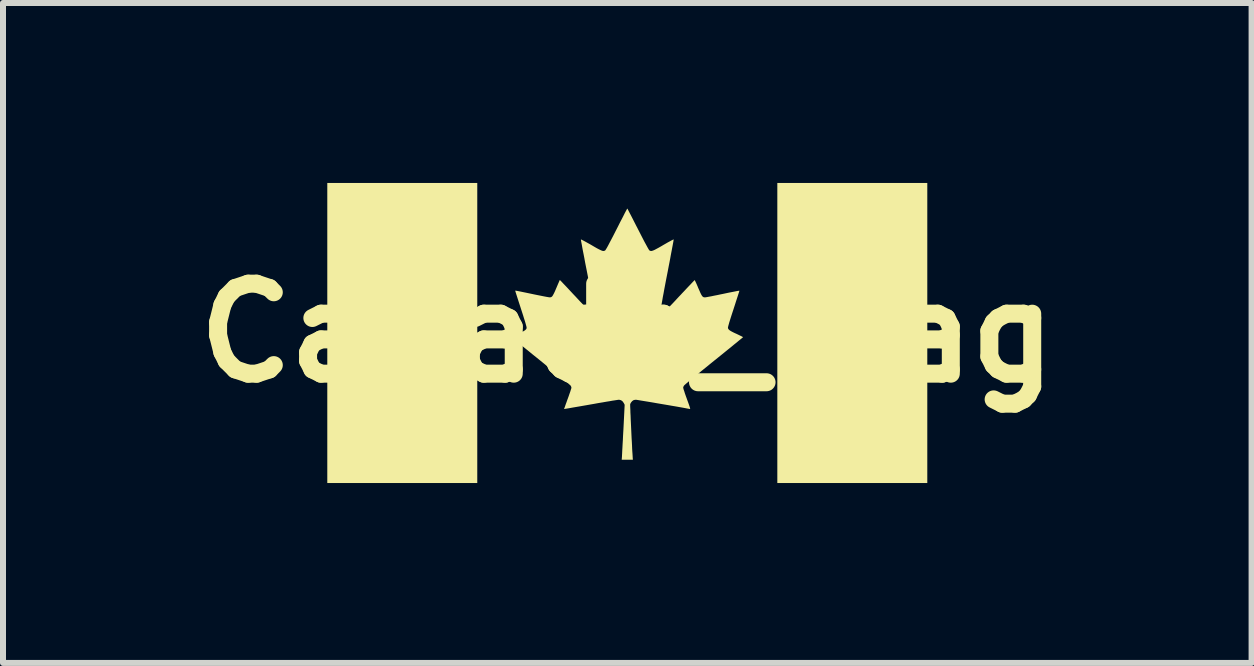
<source format=kicad_pcb>
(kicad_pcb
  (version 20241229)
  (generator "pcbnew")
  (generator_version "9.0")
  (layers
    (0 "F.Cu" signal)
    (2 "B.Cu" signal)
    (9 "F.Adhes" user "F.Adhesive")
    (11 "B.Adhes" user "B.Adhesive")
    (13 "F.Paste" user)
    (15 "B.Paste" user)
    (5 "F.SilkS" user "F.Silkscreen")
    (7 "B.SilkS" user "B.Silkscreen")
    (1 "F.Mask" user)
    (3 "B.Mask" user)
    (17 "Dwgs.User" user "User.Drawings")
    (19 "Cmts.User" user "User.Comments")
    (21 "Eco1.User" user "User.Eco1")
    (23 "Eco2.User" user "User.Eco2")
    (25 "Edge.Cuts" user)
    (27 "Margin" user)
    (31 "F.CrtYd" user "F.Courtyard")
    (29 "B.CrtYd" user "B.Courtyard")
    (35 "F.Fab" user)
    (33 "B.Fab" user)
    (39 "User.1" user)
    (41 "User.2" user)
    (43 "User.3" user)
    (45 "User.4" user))
  (footprint "Canada_Flag"
    (layer "F.Cu")
    (at 7.407 2.501)
    (property "Reference" "Canada_Flag" (at 0 0 0) (layer "F.SilkS") (effects (font (size 1.5 1.5) (thickness 0.3))))
    (attr board_only exclude_from_pos_files exclude_from_bom)
    (fp_poly (pts (xy -2.501 0) (xy -2.501 2.501) (xy -3.751 2.501) (xy -5.001 2.501) (xy -5.001 0) (xy -5.001 -2.501) (xy -3.751 -2.501) (xy -2.501 -2.501)) (stroke (width 0) (type solid)) (fill yes) (layer "F.SilkS"))
    (fp_poly (pts (xy 5.001 0) (xy 5.001 2.501) (xy 3.751 2.501) (xy 2.501 2.501) (xy 2.501 0) (xy 2.501 -2.501) (xy 3.751 -2.501) (xy 5.001 -2.501)) (stroke (width 0) (type solid)) (fill yes) (layer "F.SilkS"))
    (fp_poly (pts (xy 0.003 -2.07) (xy 0.012 -2.054) (xy 0.025 -2.029) (xy 0.042 -1.996) (xy 0.063 -1.956) (xy 0.087 -1.909) (xy 0.114 -1.856) (xy 0.143 -1.799) (xy 0.174 -1.739) (xy 0.178 -1.731) (xy 0.22 -1.649) (xy 0.256 -1.579) (xy 0.287 -1.519) (xy 0.314 -1.47) (xy 0.335 -1.431) (xy 0.351 -1.403) (xy 0.362 -1.385) (xy 0.368 -1.377) (xy 0.368 -1.377) (xy 0.379 -1.371) (xy 0.389 -1.368) (xy 0.401 -1.367) (xy 0.415 -1.37) (xy 0.433 -1.376) (xy 0.456 -1.386) (xy 0.486 -1.402) (xy 0.523 -1.422) (xy 0.569 -1.448) (xy 0.599 -1.466) (xy 0.641 -1.49) (xy 0.679 -1.512) (xy 0.713 -1.53) (xy 0.74 -1.545) (xy 0.76 -1.555) (xy 0.771 -1.56) (xy 0.773 -1.561) (xy 0.772 -1.554) (xy 0.77 -1.536) (xy 0.765 -1.508) (xy 0.758 -1.47) (xy 0.749 -1.423) (xy 0.739 -1.369) (xy 0.727 -1.307) (xy 0.715 -1.24) (xy 0.701 -1.167) (xy 0.686 -1.09) (xy 0.673 -1.021) (xy 0.657 -0.94) (xy 0.642 -0.863) (xy 0.628 -0.789) (xy 0.615 -0.721) (xy 0.604 -0.659) (xy 0.593 -0.603) (xy 0.585 -0.555) (xy 0.578 -0.516) (xy 0.573 -0.487) (xy 0.57 -0.468) (xy 0.569 -0.461) (xy 0.573 -0.439) (xy 0.587 -0.418) (xy 0.587 -0.417) (xy 0.601 -0.404) (xy 0.616 -0.398) (xy 0.634 -0.397) (xy 0.656 -0.399) (xy 0.674 -0.408) (xy 0.679 -0.413) (xy 0.686 -0.42) (xy 0.701 -0.436) (xy 0.723 -0.459) (xy 0.751 -0.488) (xy 0.784 -0.523) (xy 0.82 -0.562) (xy 0.86 -0.605) (xy 0.902 -0.649) (xy 0.907 -0.655) (xy 0.949 -0.699) (xy 0.988 -0.741) (xy 1.024 -0.779) (xy 1.056 -0.812) (xy 1.082 -0.84) (xy 1.103 -0.862) (xy 1.117 -0.876) (xy 1.123 -0.882) (xy 1.123 -0.882) (xy 1.127 -0.876) (xy 1.134 -0.861) (xy 1.145 -0.838) (xy 1.159 -0.807) (xy 1.174 -0.772) (xy 1.182 -0.752) (xy 1.203 -0.705) (xy 1.219 -0.668) (xy 1.233 -0.64) (xy 1.245 -0.62) (xy 1.256 -0.607) (xy 1.267 -0.599) (xy 1.279 -0.595) (xy 1.293 -0.594) (xy 1.296 -0.594) (xy 1.307 -0.595) (xy 1.33 -0.599) (xy 1.362 -0.605) (xy 1.401 -0.612) (xy 1.448 -0.622) (xy 1.5 -0.632) (xy 1.556 -0.644) (xy 1.596 -0.652) (xy 1.652 -0.664) (xy 1.705 -0.675) (xy 1.752 -0.684) (xy 1.793 -0.692) (xy 1.827 -0.699) (xy 1.851 -0.703) (xy 1.866 -0.705) (xy 1.869 -0.705) (xy 1.867 -0.698) (xy 1.862 -0.68) (xy 1.853 -0.653) (xy 1.842 -0.618) (xy 1.828 -0.575) (xy 1.812 -0.526) (xy 1.795 -0.472) (xy 1.776 -0.414) (xy 1.772 -0.401) (xy 1.748 -0.328) (xy 1.728 -0.266) (xy 1.712 -0.215) (xy 1.699 -0.173) (xy 1.69 -0.14) (xy 1.683 -0.115) (xy 1.679 -0.097) (xy 1.678 -0.087) (xy 1.678 -0.084) (xy 1.682 -0.071) (xy 1.69 -0.06) (xy 1.702 -0.048) (xy 1.721 -0.035) (xy 1.748 -0.02) (xy 1.784 -0.002) (xy 1.824 0.016) (xy 1.857 0.032) (xy 1.886 0.046) (xy 1.909 0.057) (xy 1.924 0.066) (xy 1.93 0.07) (xy 1.93 0.07) (xy 1.925 0.074) (xy 1.911 0.086) (xy 1.889 0.104) (xy 1.858 0.129) (xy 1.821 0.16) (xy 1.777 0.195) (xy 1.728 0.236) (xy 1.673 0.28) (xy 1.614 0.328) (xy 1.551 0.379) (xy 1.484 0.433) (xy 1.444 0.465) (xy 1.376 0.52) (xy 1.31 0.574) (xy 1.248 0.624) (xy 1.19 0.672) (xy 1.136 0.716) (xy 1.087 0.756) (xy 1.045 0.791) (xy 1.009 0.821) (xy 0.98 0.845) (xy 0.96 0.863) (xy 0.948 0.874) (xy 0.946 0.876) (xy 0.936 0.894) (xy 0.932 0.91) (xy 0.931 0.912) (xy 0.934 0.922) (xy 0.939 0.942) (xy 0.949 0.97) (xy 0.96 1.006) (xy 0.974 1.046) (xy 0.99 1.09) (xy 0.993 1.099) (xy 1.011 1.148) (xy 1.025 1.187) (xy 1.035 1.216) (xy 1.042 1.238) (xy 1.046 1.252) (xy 1.048 1.261) (xy 1.047 1.266) (xy 1.044 1.267) (xy 1.04 1.267) (xy 1.039 1.266) (xy 1.021 1.263) (xy 0.994 1.258) (xy 0.958 1.251) (xy 0.914 1.243) (xy 0.863 1.234) (xy 0.807 1.224) (xy 0.747 1.214) (xy 0.684 1.203) (xy 0.619 1.192) (xy 0.554 1.181) (xy 0.489 1.17) (xy 0.427 1.159) (xy 0.367 1.149) (xy 0.312 1.14) (xy 0.263 1.132) (xy 0.22 1.125) (xy 0.186 1.119) (xy 0.161 1.115) (xy 0.146 1.113) (xy 0.143 1.113) (xy 0.122 1.115) (xy 0.102 1.121) (xy 0.1 1.122) (xy 0.08 1.137) (xy 0.062 1.159) (xy 0.05 1.181) (xy 0.048 1.188) (xy 0.048 1.196) (xy 0.048 1.215) (xy 0.049 1.244) (xy 0.051 1.283) (xy 0.052 1.328) (xy 0.055 1.38) (xy 0.057 1.438) (xy 0.06 1.499) (xy 0.063 1.563) (xy 0.066 1.628) (xy 0.069 1.693) (xy 0.072 1.757) (xy 0.076 1.819) (xy 0.079 1.878) (xy 0.081 1.932) (xy 0.084 1.98) (xy 0.087 2.02) (xy 0.089 2.053) (xy 0.09 2.074) (xy 0.093 2.113) (xy -0.000001 2.113) (xy -0.093 2.113) (xy -0.09 2.074) (xy -0.089 2.061) (xy -0.088 2.037) (xy -0.086 2.002) (xy -0.084 1.959) (xy -0.081 1.908) (xy -0.078 1.85) (xy -0.074 1.786) (xy -0.071 1.718) (xy -0.067 1.647) (xy -0.065 1.616) (xy -0.044 1.197) (xy -0.058 1.169) (xy -0.078 1.14) (xy -0.104 1.121) (xy -0.135 1.113) (xy -0.141 1.113) (xy -0.152 1.114) (xy -0.173 1.117) (xy -0.205 1.122) (xy -0.246 1.128) (xy -0.295 1.137) (xy -0.352 1.146) (xy -0.414 1.157) (xy -0.481 1.168) (xy -0.552 1.181) (xy -0.61 1.191) (xy -0.683 1.204) (xy -0.752 1.216) (xy -0.816 1.227) (xy -0.875 1.237) (xy -0.927 1.246) (xy -0.971 1.254) (xy -1.007 1.26) (xy -1.033 1.264) (xy -1.049 1.267) (xy -1.054 1.267) (xy -1.052 1.261) (xy -1.046 1.245) (xy -1.037 1.22) (xy -1.026 1.188) (xy -1.012 1.15) (xy -0.997 1.107) (xy -0.993 1.097) (xy -0.977 1.053) (xy -0.963 1.012) (xy -0.95 0.976) (xy -0.941 0.946) (xy -0.934 0.925) (xy -0.932 0.913) (xy -0.931 0.912) (xy -0.935 0.896) (xy -0.944 0.878) (xy -0.946 0.876) (xy -0.952 0.87) (xy -0.968 0.856) (xy -0.992 0.835) (xy -1.024 0.808) (xy -1.063 0.776) (xy -1.108 0.739) (xy -1.159 0.697) (xy -1.215 0.651) (xy -1.276 0.602) (xy -1.34 0.55) (xy -1.406 0.496) (xy -1.444 0.465) (xy -1.512 0.41) (xy -1.577 0.358) (xy -1.638 0.308) (xy -1.696 0.261) (xy -1.749 0.218) (xy -1.796 0.18) (xy -1.837 0.146) (xy -1.872 0.118) (xy -1.899 0.096) (xy -1.918 0.08) (xy -1.928 0.071) (xy -1.93 0.07) (xy -1.925 0.066) (xy -1.91 0.058) (xy -1.888 0.046) (xy -1.859 0.033) (xy -1.826 0.017) (xy -1.824 0.016) (xy -1.779 -0.005) (xy -1.744 -0.022) (xy -1.718 -0.037) (xy -1.7 -0.05) (xy -1.688 -0.061) (xy -1.681 -0.073) (xy -1.678 -0.084) (xy -1.679 -0.092) (xy -1.681 -0.106) (xy -1.687 -0.128) (xy -1.695 -0.157) (xy -1.706 -0.195) (xy -1.721 -0.242) (xy -1.739 -0.3) (xy -1.761 -0.368) (xy -1.772 -0.402) (xy -1.791 -0.461) (xy -1.809 -0.516) (xy -1.825 -0.566) (xy -1.839 -0.61) (xy -1.851 -0.647) (xy -1.86 -0.676) (xy -1.866 -0.696) (xy -1.868 -0.705) (xy -1.868 -0.706) (xy -1.862 -0.706) (xy -1.844 -0.703) (xy -1.817 -0.698) (xy -1.782 -0.691) (xy -1.739 -0.682) (xy -1.69 -0.672) (xy -1.637 -0.661) (xy -1.594 -0.652) (xy -1.537 -0.64) (xy -1.482 -0.629) (xy -1.432 -0.619) (xy -1.387 -0.61) (xy -1.35 -0.603) (xy -1.321 -0.598) (xy -1.302 -0.595) (xy -1.296 -0.594) (xy -1.282 -0.595) (xy -1.27 -0.598) (xy -1.258 -0.605) (xy -1.247 -0.617) (xy -1.236 -0.636) (xy -1.222 -0.662) (xy -1.206 -0.696) (xy -1.187 -0.741) (xy -1.182 -0.752) (xy -1.166 -0.79) (xy -1.152 -0.823) (xy -1.14 -0.85) (xy -1.131 -0.871) (xy -1.126 -0.882) (xy -1.125 -0.883) (xy -1.12 -0.879) (xy -1.107 -0.867) (xy -1.088 -0.847) (xy -1.063 -0.82) (xy -1.032 -0.788) (xy -0.997 -0.751) (xy -0.959 -0.71) (xy -0.918 -0.666) (xy -0.909 -0.656) (xy -0.866 -0.611) (xy -0.826 -0.568) (xy -0.789 -0.528) (xy -0.755 -0.493) (xy -0.727 -0.463) (xy -0.704 -0.439) (xy -0.688 -0.422) (xy -0.679 -0.413) (xy -0.679 -0.413) (xy -0.662 -0.401) (xy -0.641 -0.397) (xy -0.634 -0.397) (xy -0.614 -0.399) (xy -0.6 -0.405) (xy -0.587 -0.417) (xy -0.574 -0.437) (xy -0.569 -0.458) (xy -0.569 -0.463) (xy -0.57 -0.472) (xy -0.573 -0.493) (xy -0.579 -0.525) (xy -0.586 -0.566) (xy -0.595 -0.615) (xy -0.606 -0.672) (xy -0.618 -0.736) (xy -0.631 -0.806) (xy -0.645 -0.88) (xy -0.66 -0.958) (xy -0.672 -1.02) (xy -0.688 -1.1) (xy -0.703 -1.176) (xy -0.716 -1.248) (xy -0.729 -1.315) (xy -0.741 -1.375) (xy -0.751 -1.429) (xy -0.759 -1.475) (xy -0.766 -1.511) (xy -0.771 -1.538) (xy -0.773 -1.555) (xy -0.774 -1.559) (xy -0.768 -1.558) (xy -0.753 -1.551) (xy -0.73 -1.539) (xy -0.7 -1.523) (xy -0.664 -1.503) (xy -0.624 -1.481) (xy -0.6 -1.467) (xy -0.549 -1.437) (xy -0.507 -1.413) (xy -0.473 -1.395) (xy -0.446 -1.382) (xy -0.425 -1.373) (xy -0.409 -1.368) (xy -0.396 -1.367) (xy -0.385 -1.369) (xy -0.375 -1.373) (xy -0.368 -1.377) (xy -0.362 -1.385) (xy -0.352 -1.401) (xy -0.337 -1.426) (xy -0.318 -1.461) (xy -0.294 -1.507) (xy -0.265 -1.562) (xy -0.23 -1.629) (xy -0.191 -1.706) (xy -0.178 -1.731) (xy -0.147 -1.792) (xy -0.118 -1.85) (xy -0.09 -1.903) (xy -0.066 -1.95) (xy -0.045 -1.992) (xy -0.027 -2.026) (xy -0.013 -2.052) (xy -0.004 -2.068) (xy -0.000112 -2.075) (xy -0.000001 -2.075)) (stroke (width 0) (type solid)) (fill yes) (layer "F.SilkS")))
  (gr_rect
    (start -3 -3)
    (end 17.814 8.001)
    (stroke (width 0.1) (type default))
    (fill no)
    (layer "Edge.Cuts")))
</source>
